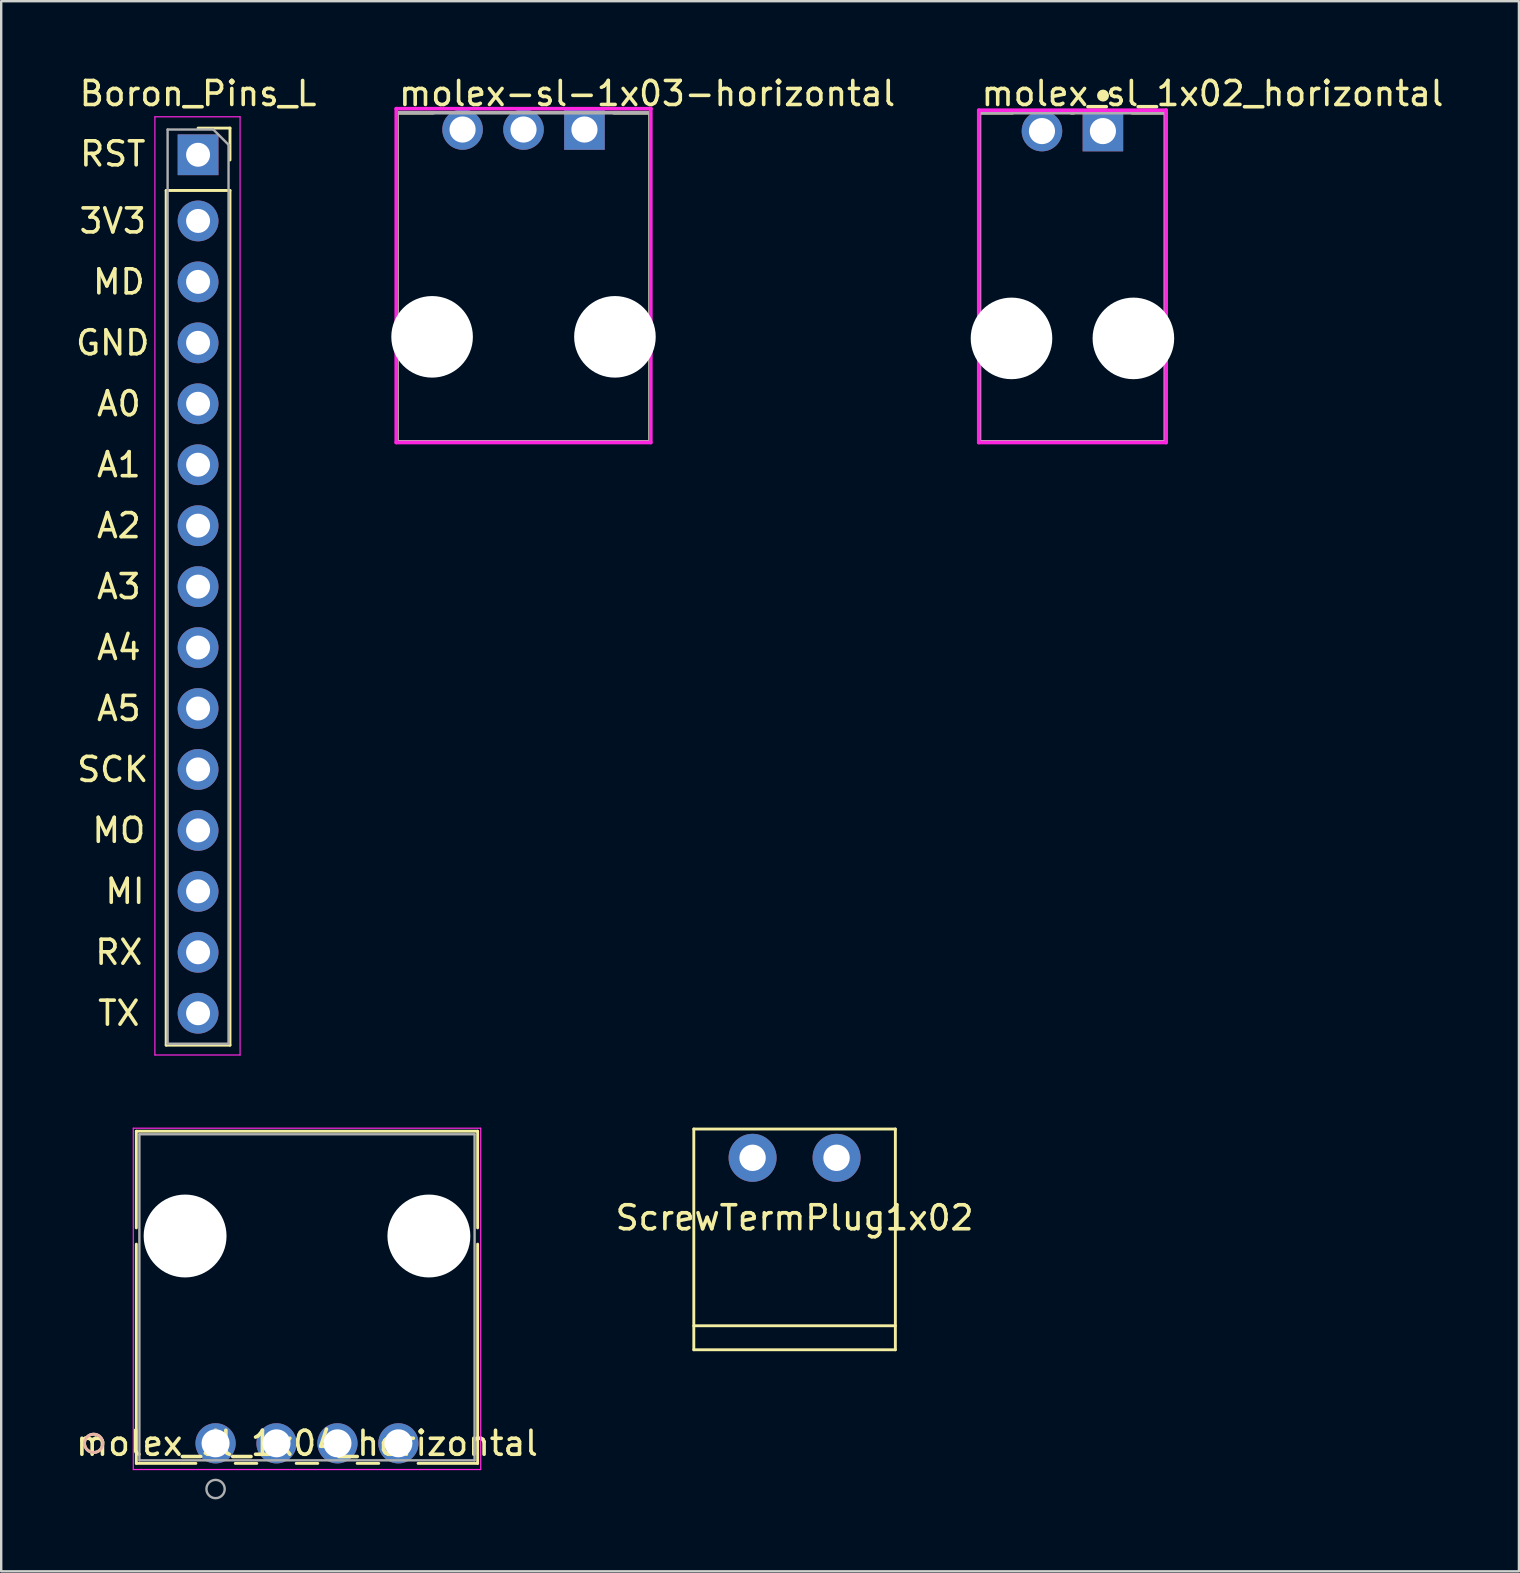
<source format=kicad_pcb>
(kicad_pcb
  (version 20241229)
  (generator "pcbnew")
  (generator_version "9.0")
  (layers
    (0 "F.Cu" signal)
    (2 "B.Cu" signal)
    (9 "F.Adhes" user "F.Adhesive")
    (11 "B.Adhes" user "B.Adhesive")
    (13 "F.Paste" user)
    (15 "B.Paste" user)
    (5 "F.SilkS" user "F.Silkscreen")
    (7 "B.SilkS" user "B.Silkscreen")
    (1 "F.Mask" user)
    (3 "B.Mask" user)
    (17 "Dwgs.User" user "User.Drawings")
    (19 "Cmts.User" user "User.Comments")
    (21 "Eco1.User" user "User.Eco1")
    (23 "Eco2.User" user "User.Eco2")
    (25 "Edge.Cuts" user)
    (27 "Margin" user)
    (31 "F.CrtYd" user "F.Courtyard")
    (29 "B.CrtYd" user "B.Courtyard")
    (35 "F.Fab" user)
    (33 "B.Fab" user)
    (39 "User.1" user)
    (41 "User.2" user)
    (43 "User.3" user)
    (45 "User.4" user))
  (footprint "ScrewTermPlug1x02"
    (layer "F.Cu")
    (at 30.065 45.203)
    (property "Reference" "ScrewTermPlug1x02" (at 0 2.5 0) (layer "F.SilkS") (effects (font (size 1 1) (thickness 0.15))))
    (attr through_hole)
    (fp_line (start -4.2 -1.2) (end 4.2 -1.2) (stroke (width 0.12) (type solid)) (layer "F.SilkS"))
    (fp_line (start -4.2 8) (end -4.2 -1.2) (stroke (width 0.12) (type solid)) (layer "F.SilkS"))
    (fp_line (start 4.2 -1.2) (end 4.2 8) (stroke (width 0.12) (type solid)) (layer "F.SilkS"))
    (fp_line (start 4.2 7) (end -4.2 7) (stroke (width 0.12) (type solid)) (layer "F.SilkS"))
    (fp_line (start 4.2 8) (end -4.2 8) (stroke (width 0.12) (type solid)) (layer "F.SilkS"))
    (pad "1" thru_hole circle (at -1.75 0) (size 2 2) (drill 1.1) (layers "*.Cu" "*.Mask"))
    (pad "2" thru_hole circle (at 1.75 0) (size 2 2) (drill 1.1) (layers "*.Cu" "*.Mask")))
  (footprint "molex_sl_1x04_horizontal"
    (layer "F.Cu")
    (at 5.934 57.102)
    (property "Reference" "molex_sl_1x04_horizontal" (at 3.81 0 0) (layer "F.SilkS") (effects (font (size 1 1) (thickness 0.15))))
    (attr through_hole)
    (fp_line (start -3.302 -13.007) (end -3.302 -8.978) (stroke (width 0.12) (type solid)) (layer "F.SilkS"))
    (fp_line (start -3.302 -8.302) (end -3.302 0.836) (stroke (width 0.12) (type solid)) (layer "F.SilkS"))
    (fp_line (start -3.302 0.836) (end -0.82 0.836) (stroke (width 0.12) (type solid)) (layer "F.SilkS"))
    (fp_line (start 0.82 0.836) (end 1.72 0.836) (stroke (width 0.12) (type solid)) (layer "F.SilkS"))
    (fp_line (start 3.36 0.836) (end 4.26 0.836) (stroke (width 0.12) (type solid)) (layer "F.SilkS"))
    (fp_line (start 5.9 0.836) (end 6.8 0.836) (stroke (width 0.12) (type solid)) (layer "F.SilkS"))
    (fp_line (start 8.44 0.836) (end 10.922 0.836) (stroke (width 0.12) (type solid)) (layer "F.SilkS"))
    (fp_line (start 10.922 -13.007) (end -3.302 -13.007) (stroke (width 0.12) (type solid)) (layer "F.SilkS"))
    (fp_line (start 10.922 -8.978) (end 10.922 -13.007) (stroke (width 0.12) (type solid)) (layer "F.SilkS"))
    (fp_line (start 10.922 0.836) (end 10.922 -8.302) (stroke (width 0.12) (type solid)) (layer "F.SilkS"))
    (fp_circle (center -5.08 0) (end -4.699 0) (stroke (width 0.12) (type solid)) (fill no) (layer "F.SilkS"))
    (fp_circle (center -5.08 0) (end -4.699 0) (stroke (width 0.12) (type solid)) (fill no) (layer "B.SilkS"))
    (fp_line (start -3.429 -13.134) (end -3.429 1.092) (stroke (width 0.05) (type solid)) (layer "F.CrtYd"))
    (fp_line (start -3.429 1.092) (end 11.049 1.092) (stroke (width 0.05) (type solid)) (layer "F.CrtYd"))
    (fp_line (start 11.049 -13.134) (end -3.429 -13.134) (stroke (width 0.05) (type solid)) (layer "F.CrtYd"))
    (fp_line (start 11.049 1.092) (end 11.049 -13.134) (stroke (width 0.05) (type solid)) (layer "F.CrtYd"))
    (fp_line (start -3.175 -12.88) (end -3.175 0.709) (stroke (width 0.1) (type solid)) (layer "F.Fab"))
    (fp_line (start -3.175 0.709) (end 10.795 0.709) (stroke (width 0.1) (type solid)) (layer "F.Fab"))
    (fp_line (start 10.795 -12.88) (end -3.175 -12.88) (stroke (width 0.1) (type solid)) (layer "F.Fab"))
    (fp_line (start 10.795 0.709) (end 10.795 -12.88) (stroke (width 0.1) (type solid)) (layer "F.Fab"))
    (fp_circle (center 0 1.905) (end 0.381 1.905) (stroke (width 0.1) (type solid)) (fill no) (layer "F.Fab"))
    (fp_text user "*" (at 0 0 0) (layer "F.SilkS") (effects (font (size 1 1) (thickness 0.15))))
    (fp_text user "Copyright 2021 Accelerated Designs. All rights reserved." (at 0 0 0) (layer "Cmts.User") (effects (font (size 0.127 0.127) (thickness 0.002))))
    (fp_text user "*" (at 0 0 0) (layer "F.Fab") (effects (font (size 1 1) (thickness 0.15))))
    (pad "" np_thru_hole circle (at -1.27 -8.64 90) (size 3.454 3.454) (drill 3.454) (layers "*.Cu" "*.Mask"))
    (pad "" np_thru_hole circle (at 8.89 -8.64 90) (size 3.454 3.454) (drill 3.454) (layers "*.Cu" "*.Mask"))
    (pad "1" thru_hole circle (at 0 0) (size 1.676 1.676) (drill 1.168) (layers "*.Cu" "*.Mask"))
    (pad "2" thru_hole circle (at 2.54 0) (size 1.676 1.676) (drill 1.168) (layers "*.Cu" "*.Mask"))
    (pad "3" thru_hole circle (at 5.08 0) (size 1.676 1.676) (drill 1.168) (layers "*.Cu" "*.Mask"))
    (pad "4" thru_hole circle (at 7.62 0) (size 1.676 1.676) (drill 1.168) (layers "*.Cu" "*.Mask")))
  (footprint "Boron_Pins_L"
    (layer "F.Cu")
    (at 5.205 3.618)
    (property "Reference" "Boron_Pins_L" (at 0 -2.77 0) (layer "F.SilkS") (effects (font (size 1 1) (thickness 0.15))))
    (attr through_hole)
    (fp_line (start -1.33 1.27) (end -1.33 36.89) (stroke (width 0.12) (type solid)) (layer "F.SilkS"))
    (fp_line (start -1.33 1.27) (end 1.33 1.27) (stroke (width 0.12) (type solid)) (layer "F.SilkS"))
    (fp_line (start -1.33 36.89) (end 1.33 36.89) (stroke (width 0.12) (type solid)) (layer "F.SilkS"))
    (fp_line (start 0 -1.33) (end 1.33 -1.33) (stroke (width 0.12) (type solid)) (layer "F.SilkS"))
    (fp_line (start 1.33 -1.33) (end 1.33 0) (stroke (width 0.12) (type solid)) (layer "F.SilkS"))
    (fp_line (start 1.33 1.27) (end 1.33 36.89) (stroke (width 0.12) (type solid)) (layer "F.SilkS"))
    (fp_line (start -1.8 -1.8) (end 1.75 -1.8) (stroke (width 0.05) (type solid)) (layer "F.CrtYd"))
    (fp_line (start -1.8 37.3) (end -1.8 -1.8) (stroke (width 0.05) (type solid)) (layer "F.CrtYd"))
    (fp_line (start 1.75 -1.8) (end 1.75 37.3) (stroke (width 0.05) (type solid)) (layer "F.CrtYd"))
    (fp_line (start 1.75 37.3) (end -1.8 37.3) (stroke (width 0.05) (type solid)) (layer "F.CrtYd"))
    (fp_line (start -1.27 -1.27) (end 0.635 -1.27) (stroke (width 0.1) (type solid)) (layer "F.Fab"))
    (fp_line (start -1.27 36.83) (end -1.27 -1.27) (stroke (width 0.1) (type solid)) (layer "F.Fab"))
    (fp_line (start 0.635 -1.27) (end 1.27 -0.635) (stroke (width 0.1) (type solid)) (layer "F.Fab"))
    (fp_line (start 1.27 -0.635) (end 1.27 36.83) (stroke (width 0.1) (type solid)) (layer "F.Fab"))
    (fp_line (start 1.27 36.83) (end -1.27 36.83) (stroke (width 0.1) (type solid)) (layer "F.Fab"))
    (fp_text user "TX" (at -3.302 35.56 180) (layer "F.SilkS") (effects (font (size 1 1) (thickness 0.15))))
    (fp_text user "A1" (at -3.302 12.7 180) (layer "F.SilkS") (effects (font (size 1 1) (thickness 0.15))))
    (fp_text user "A5" (at -3.302 22.86 180) (layer "F.SilkS") (effects (font (size 1 1) (thickness 0.15))))
    (fp_text user "MO" (at -3.302 27.94 180) (layer "F.SilkS") (effects (font (size 1 1) (thickness 0.15))))
    (fp_text user "A3" (at -3.302 17.78 180) (layer "F.SilkS") (effects (font (size 1 1) (thickness 0.15))))
    (fp_text user "RX" (at -3.302 33.02 180) (layer "F.SilkS") (effects (font (size 1 1) (thickness 0.15))))
    (fp_text user "MI" (at -3.048 30.48 180) (layer "F.SilkS") (effects (font (size 1 1) (thickness 0.15))))
    (fp_text user "RST" (at -3.556 -0.254 180) (layer "F.SilkS") (effects (font (size 1 1) (thickness 0.15))))
    (fp_text user "MD" (at -3.302 5.08 180) (layer "F.SilkS") (effects (font (size 1 1) (thickness 0.15))))
    (fp_text user "GND" (at -3.556 7.62 180) (layer "F.SilkS") (effects (font (size 1 1) (thickness 0.15))))
    (fp_text user "A0" (at -3.302 10.16 180) (layer "F.SilkS") (effects (font (size 1 1) (thickness 0.15))))
    (fp_text user "A4" (at -3.302 20.32 180) (layer "F.SilkS") (effects (font (size 1 1) (thickness 0.15))))
    (fp_text user "3V3" (at -3.556 2.54 180) (layer "F.SilkS") (effects (font (size 1 1) (thickness 0.15))))
    (fp_text user "SCK" (at -3.556 25.4 180) (layer "F.SilkS") (effects (font (size 1 1) (thickness 0.15))))
    (fp_text user "A2" (at -3.302 15.24 180) (layer "F.SilkS") (effects (font (size 1 1) (thickness 0.15))))
    (pad "1" thru_hole rect (at 0 -0.218) (size 1.7 1.7) (drill 1) (layers "*.Cu" "*.Mask"))
    (pad "2" thru_hole oval (at 0 2.54) (size 1.7 1.7) (drill 1) (layers "*.Cu" "*.Mask"))
    (pad "3" thru_hole oval (at 0 5.08) (size 1.7 1.7) (drill 1) (layers "*.Cu" "*.Mask"))
    (pad "4" thru_hole oval (at 0 7.62) (size 1.7 1.7) (drill 1) (layers "*.Cu" "*.Mask"))
    (pad "5" thru_hole oval (at 0 10.16) (size 1.7 1.7) (drill 1) (layers "*.Cu" "*.Mask"))
    (pad "6" thru_hole oval (at 0 12.7) (size 1.7 1.7) (drill 1) (layers "*.Cu" "*.Mask"))
    (pad "7" thru_hole oval (at 0 15.24) (size 1.7 1.7) (drill 1) (layers "*.Cu" "*.Mask"))
    (pad "8" thru_hole oval (at 0 17.78) (size 1.7 1.7) (drill 1) (layers "*.Cu" "*.Mask"))
    (pad "9" thru_hole oval (at 0 20.32) (size 1.7 1.7) (drill 1) (layers "*.Cu" "*.Mask"))
    (pad "10" thru_hole oval (at 0 22.86) (size 1.7 1.7) (drill 1) (layers "*.Cu" "*.Mask"))
    (pad "11" thru_hole oval (at 0 25.4) (size 1.7 1.7) (drill 1) (layers "*.Cu" "*.Mask"))
    (pad "12" thru_hole oval (at 0 27.94) (size 1.7 1.7) (drill 1) (layers "*.Cu" "*.Mask"))
    (pad "13" thru_hole oval (at 0 30.48) (size 1.7 1.7) (drill 1) (layers "*.Cu" "*.Mask"))
    (pad "14" thru_hole oval (at 0 33.02) (size 1.7 1.7) (drill 1) (layers "*.Cu" "*.Mask"))
    (pad "15" thru_hole oval (at 0 35.56) (size 1.7 1.7) (drill 1) (layers "*.Cu" "*.Mask")))
  (footprint "molex-sl-1x03-horizontal"
    (layer "F.Cu")
    (at 18.768 8.443)
    (property "Reference" "molex-sl-1x03-horizontal" (at -5.28 -7.595 0) (layer "F.SilkS") (effects (font (size 1 1) (thickness 0.15)) (justify left)))
    (attr through_hole)
    (fp_line (start -5.28 -6.795) (end -3.76 -6.795) (stroke (width 0.15) (type solid)) (layer "F.SilkS"))
    (fp_line (start -5.28 6.925) (end -5.28 -6.795) (stroke (width 0.15) (type solid)) (layer "F.SilkS"))
    (fp_line (start -5.28 6.925) (end 5.28 6.925) (stroke (width 0.15) (type solid)) (layer "F.SilkS"))
    (fp_line (start 3.76 -6.795) (end 5.28 -6.795) (stroke (width 0.15) (type solid)) (layer "F.SilkS"))
    (fp_line (start 5.28 6.925) (end 5.28 -6.795) (stroke (width 0.15) (type solid)) (layer "F.SilkS"))
    (fp_line (start -5.305 -6.965) (end -5.305 6.95) (stroke (width 0.15) (type solid)) (layer "F.CrtYd"))
    (fp_line (start -5.305 6.95) (end 5.305 6.95) (stroke (width 0.15) (type solid)) (layer "F.CrtYd"))
    (fp_line (start 5.305 -6.965) (end -5.305 -6.965) (stroke (width 0.15) (type solid)) (layer "F.CrtYd"))
    (fp_line (start 5.305 -6.965) (end 5.305 -6.965) (stroke (width 0.15) (type solid)) (layer "F.CrtYd"))
    (fp_line (start 5.305 6.95) (end 5.305 -6.965) (stroke (width 0.15) (type solid)) (layer "F.CrtYd"))
    (fp_line (start -5.28 -6.795) (end 5.28 -6.795) (stroke (width 0.15) (type solid)) (layer "F.Fab"))
    (fp_line (start -5.28 6.925) (end -5.28 -6.795) (stroke (width 0.15) (type solid)) (layer "F.Fab"))
    (fp_line (start 5.28 -6.795) (end 5.28 6.925) (stroke (width 0.15) (type solid)) (layer "F.Fab"))
    (fp_line (start 5.28 6.925) (end -5.28 6.925) (stroke (width 0.15) (type solid)) (layer "F.Fab"))
    (pad "" np_thru_hole circle (at -3.81 2.545) (size 3.4 3.4) (drill 3.4) (layers "*.Cu" "*.Mask"))
    (pad "" np_thru_hole circle (at 3.81 2.545) (size 3.4 3.4) (drill 3.4) (layers "*.Cu" "*.Mask"))
    (pad "1" thru_hole rect (at 2.54 -6.095) (size 1.69 1.69) (drill 1.09) (layers "*.Cu" "*.Mask"))
    (pad "2" thru_hole circle (at 0 -6.095) (size 1.69 1.69) (drill 1.09) (layers "*.Cu" "*.Mask"))
    (pad "3" thru_hole circle (at -2.54 -6.095) (size 1.69 1.69) (drill 1.09) (layers "*.Cu" "*.Mask")))
  (footprint "molex_sl_1x02_horizontal"
    (layer "F.Cu")
    (at 41.645 8.508)
    (property "Reference" "molex_sl_1x02_horizontal" (at -3.88 -7.66 0) (layer "F.SilkS") (effects (font (size 1 1) (thickness 0.15)) (justify left)))
    (attr through_hole)
    (fp_line (start -3.88 -6.86) (end -2.49 -6.86) (stroke (width 0.15) (type solid)) (layer "F.SilkS"))
    (fp_line (start -3.88 6.86) (end -3.88 -6.86) (stroke (width 0.15) (type solid)) (layer "F.SilkS"))
    (fp_line (start -3.88 6.86) (end 3.88 6.86) (stroke (width 0.15) (type solid)) (layer "F.SilkS"))
    (fp_line (start -0.05 -6.86) (end 0.05 -6.86) (stroke (width 0.15) (type solid)) (layer "F.SilkS"))
    (fp_line (start 2.49 -6.86) (end 3.88 -6.86) (stroke (width 0.15) (type solid)) (layer "F.SilkS"))
    (fp_line (start 3.88 6.86) (end 3.88 -6.86) (stroke (width 0.15) (type solid)) (layer "F.SilkS"))
    (fp_circle (center 1.275 -7.575) (end 1.4 -7.575) (stroke (width 0.25) (type solid)) (fill no) (layer "F.SilkS"))
    (fp_line (start -3.905 -6.965) (end -3.905 6.885) (stroke (width 0.15) (type solid)) (layer "F.CrtYd"))
    (fp_line (start -3.905 6.885) (end 3.905 6.885) (stroke (width 0.15) (type solid)) (layer "F.CrtYd"))
    (fp_line (start 3.905 -6.965) (end -3.905 -6.965) (stroke (width 0.15) (type solid)) (layer "F.CrtYd"))
    (fp_line (start 3.905 -6.965) (end 3.905 -6.965) (stroke (width 0.15) (type solid)) (layer "F.CrtYd"))
    (fp_line (start 3.905 6.885) (end 3.905 -6.965) (stroke (width 0.15) (type solid)) (layer "F.CrtYd"))
    (fp_line (start -3.88 -6.86) (end 3.88 -6.86) (stroke (width 0.15) (type solid)) (layer "F.Fab"))
    (fp_line (start -3.88 6.86) (end -3.88 -6.86) (stroke (width 0.15) (type solid)) (layer "F.Fab"))
    (fp_line (start 3.88 -6.86) (end 3.88 6.86) (stroke (width 0.15) (type solid)) (layer "F.Fab"))
    (fp_line (start 3.88 6.86) (end -3.88 6.86) (stroke (width 0.15) (type solid)) (layer "F.Fab"))
    (pad "" np_thru_hole circle (at -2.54 2.545) (size 3.4 3.4) (drill 3.4) (layers "*.Cu" "*.Mask"))
    (pad "" np_thru_hole circle (at 2.54 2.545) (size 3.4 3.4) (drill 3.4) (layers "*.Cu" "*.Mask"))
    (pad "1" thru_hole rect (at 1.27 -6.095) (size 1.69 1.69) (drill 1.09) (layers "*.Cu" "*.Mask"))
    (pad "2" thru_hole circle (at -1.27 -6.095) (size 1.69 1.69) (drill 1.09) (layers "*.Cu" "*.Mask")))
  (gr_rect
    (start -3 -3)
    (end 60.253 62.438)
    (stroke (width 0.1) (type default))
    (fill no)
    (layer "Edge.Cuts")))
</source>
